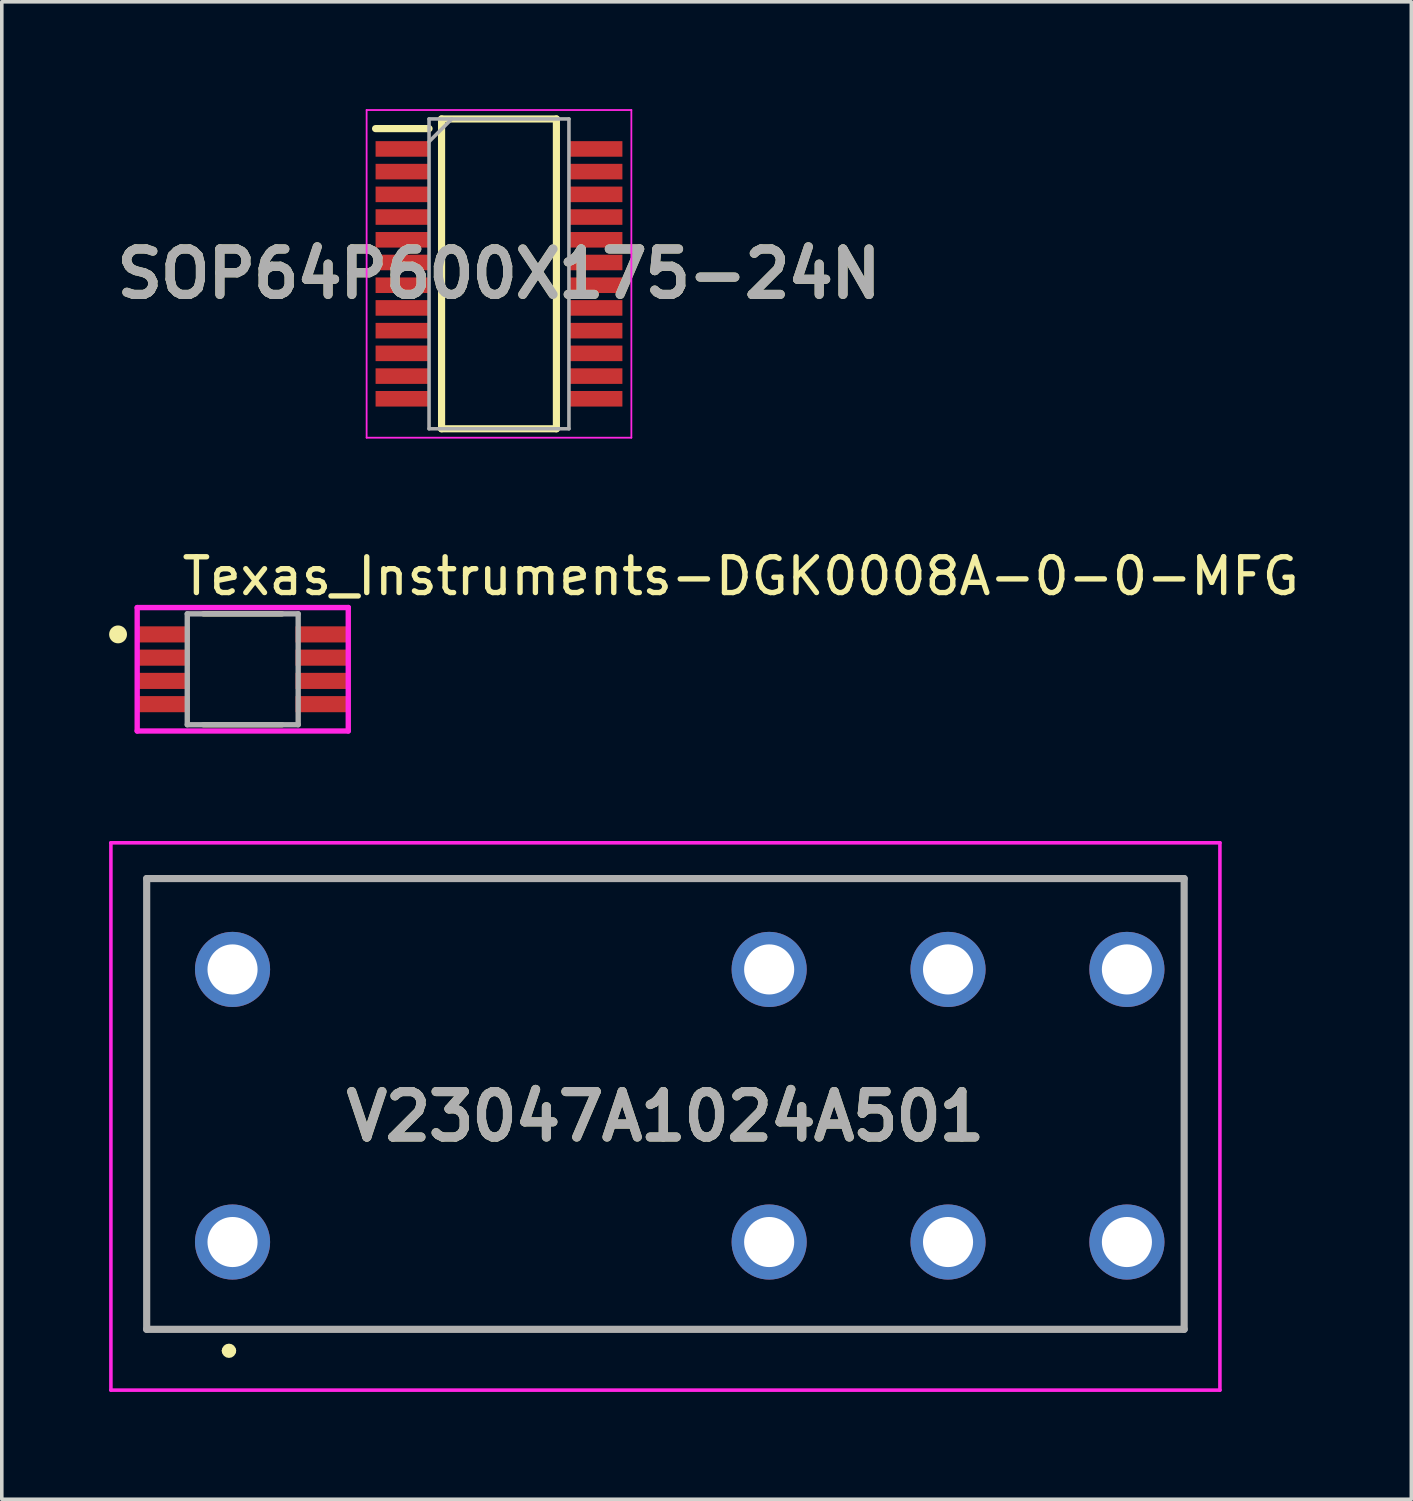
<source format=kicad_pcb>
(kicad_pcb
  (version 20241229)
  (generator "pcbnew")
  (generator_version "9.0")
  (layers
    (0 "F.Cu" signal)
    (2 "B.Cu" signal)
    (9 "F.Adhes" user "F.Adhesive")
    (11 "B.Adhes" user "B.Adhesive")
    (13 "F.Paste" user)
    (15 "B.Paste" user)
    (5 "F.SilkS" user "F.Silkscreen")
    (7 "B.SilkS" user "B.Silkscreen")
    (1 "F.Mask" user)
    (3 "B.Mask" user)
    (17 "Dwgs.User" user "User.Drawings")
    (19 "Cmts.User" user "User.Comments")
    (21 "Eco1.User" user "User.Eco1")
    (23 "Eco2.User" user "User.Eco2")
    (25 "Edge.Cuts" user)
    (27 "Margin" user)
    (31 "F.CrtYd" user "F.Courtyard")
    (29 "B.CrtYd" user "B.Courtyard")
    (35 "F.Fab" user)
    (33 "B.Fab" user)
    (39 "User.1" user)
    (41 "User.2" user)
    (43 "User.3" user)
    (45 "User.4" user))
  (footprint "V23047A1024A501"
    (layer "F.Cu")
    (at 15.55 28.158)
    (property "Reference" "V23047A1024A501" (at 0 0 0) (layer "F.SilkS") (effects (font (size 1.27 1.27) (thickness 0.254))))
    (attr through_hole)
    (fp_line (start -14.5 -6.65) (end 14.5 -6.65) (stroke (width 0.1) (type solid)) (layer "F.SilkS"))
    (fp_line (start -14.5 5.95) (end -14.5 -6.65) (stroke (width 0.1) (type solid)) (layer "F.SilkS"))
    (fp_line (start -12.3 6.55) (end -12.3 6.55) (stroke (width 0.2) (type solid)) (layer "F.SilkS"))
    (fp_line (start -12.1 6.55) (end -12.1 6.55) (stroke (width 0.2) (type solid)) (layer "F.SilkS"))
    (fp_line (start 14.5 -6.65) (end 14.5 5.95) (stroke (width 0.1) (type solid)) (layer "F.SilkS"))
    (fp_line (start 14.5 5.95) (end -14.5 5.95) (stroke (width 0.1) (type solid)) (layer "F.SilkS"))
    (fp_arc (start -12.3 6.55) (mid -12.2 6.45) (end -12.1 6.55) (stroke (width 0.2) (type solid)) (layer "F.SilkS"))
    (fp_arc (start -12.1 6.55) (mid -12.2 6.65) (end -12.3 6.55) (stroke (width 0.2) (type solid)) (layer "F.SilkS"))
    (fp_line (start -15.5 -7.65) (end 15.5 -7.65) (stroke (width 0.1) (type solid)) (layer "F.CrtYd"))
    (fp_line (start -15.5 7.65) (end -15.5 -7.65) (stroke (width 0.1) (type solid)) (layer "F.CrtYd"))
    (fp_line (start 15.5 -7.65) (end 15.5 7.65) (stroke (width 0.1) (type solid)) (layer "F.CrtYd"))
    (fp_line (start 15.5 7.65) (end -15.5 7.65) (stroke (width 0.1) (type solid)) (layer "F.CrtYd"))
    (fp_line (start -14.5 -6.65) (end 14.5 -6.65) (stroke (width 0.2) (type solid)) (layer "F.Fab"))
    (fp_line (start -14.5 5.95) (end -14.5 -6.65) (stroke (width 0.2) (type solid)) (layer "F.Fab"))
    (fp_line (start 14.5 -6.65) (end 14.5 5.95) (stroke (width 0.2) (type solid)) (layer "F.Fab"))
    (fp_line (start 14.5 5.95) (end -14.5 5.95) (stroke (width 0.2) (type solid)) (layer "F.Fab"))
    (fp_text user "${REFERENCE}" (at 0 0 0) (layer "F.Fab") (effects (font (size 1.27 1.27) (thickness 0.254))))
    (pad "11" thru_hole circle (at 7.9 -4.11) (size 2.1 2.1) (drill 1.4) (layers "*.Cu" "*.Mask"))
    (pad "12" thru_hole circle (at 2.9 -4.11) (size 2.1 2.1) (drill 1.4) (layers "*.Cu" "*.Mask"))
    (pad "14" thru_hole circle (at 12.9 -4.11) (size 2.1 2.1) (drill 1.4) (layers "*.Cu" "*.Mask"))
    (pad "21" thru_hole circle (at 7.9 3.51) (size 2.1 2.1) (drill 1.4) (layers "*.Cu" "*.Mask"))
    (pad "22" thru_hole circle (at 2.9 3.51) (size 2.1 2.1) (drill 1.4) (layers "*.Cu" "*.Mask"))
    (pad "24" thru_hole circle (at 12.9 3.51) (size 2.1 2.1) (drill 1.4) (layers "*.Cu" "*.Mask"))
    (pad "A1" thru_hole circle (at -12.1 -4.11) (size 2.1 2.1) (drill 1.4) (layers "*.Cu" "*.Mask"))
    (pad "A2" thru_hole circle (at -12.1 3.51) (size 2.1 2.1) (drill 1.4) (layers "*.Cu" "*.Mask")))
  (footprint "SOP64P600X175-24N"
    (layer "F.Cu")
    (at 10.898 4.605)
    (property "Reference" "SOP64P600X175-24N" (at 0 0 0) (layer "F.SilkS") (effects (font (size 1.27 1.27) (thickness 0.254))))
    (attr smd)
    (fp_line (start -3.45 -4.06) (end -1.955 -4.06) (stroke (width 0.2) (type solid)) (layer "F.SilkS"))
    (fp_line (start -1.605 -4.33) (end 1.605 -4.33) (stroke (width 0.2) (type solid)) (layer "F.SilkS"))
    (fp_line (start -1.605 4.33) (end -1.605 -4.33) (stroke (width 0.2) (type solid)) (layer "F.SilkS"))
    (fp_line (start 1.605 -4.33) (end 1.605 4.33) (stroke (width 0.2) (type solid)) (layer "F.SilkS"))
    (fp_line (start 1.605 4.33) (end -1.605 4.33) (stroke (width 0.2) (type solid)) (layer "F.SilkS"))
    (fp_line (start -3.7 -4.58) (end 3.7 -4.58) (stroke (width 0.05) (type solid)) (layer "F.CrtYd"))
    (fp_line (start -3.7 4.58) (end -3.7 -4.58) (stroke (width 0.05) (type solid)) (layer "F.CrtYd"))
    (fp_line (start 3.7 -4.58) (end 3.7 4.58) (stroke (width 0.05) (type solid)) (layer "F.CrtYd"))
    (fp_line (start 3.7 4.58) (end -3.7 4.58) (stroke (width 0.05) (type solid)) (layer "F.CrtYd"))
    (fp_line (start -1.955 -4.33) (end 1.955 -4.33) (stroke (width 0.1) (type solid)) (layer "F.Fab"))
    (fp_line (start -1.955 -3.695) (end -1.32 -4.33) (stroke (width 0.1) (type solid)) (layer "F.Fab"))
    (fp_line (start -1.955 4.33) (end -1.955 -4.33) (stroke (width 0.1) (type solid)) (layer "F.Fab"))
    (fp_line (start 1.955 -4.33) (end 1.955 4.33) (stroke (width 0.1) (type solid)) (layer "F.Fab"))
    (fp_line (start 1.955 4.33) (end -1.955 4.33) (stroke (width 0.1) (type solid)) (layer "F.Fab"))
    (fp_text user "${REFERENCE}" (at 0 0 0) (layer "F.Fab") (effects (font (size 1.27 1.27) (thickness 0.254))))
    (pad "1" smd rect (at -2.702 -3.492 90) (size 0.435 1.495) (layers "F.Cu" "F.Mask" "F.Paste"))
    (pad "2" smd rect (at -2.702 -2.858 90) (size 0.435 1.495) (layers "F.Cu" "F.Mask" "F.Paste"))
    (pad "3" smd rect (at -2.702 -2.222 90) (size 0.435 1.495) (layers "F.Cu" "F.Mask" "F.Paste"))
    (pad "4" smd rect (at -2.702 -1.588 90) (size 0.435 1.495) (layers "F.Cu" "F.Mask" "F.Paste"))
    (pad "5" smd rect (at -2.702 -0.952 90) (size 0.435 1.495) (layers "F.Cu" "F.Mask" "F.Paste"))
    (pad "6" smd rect (at -2.702 -0.318 90) (size 0.435 1.495) (layers "F.Cu" "F.Mask" "F.Paste"))
    (pad "7" smd rect (at -2.702 0.318 90) (size 0.435 1.495) (layers "F.Cu" "F.Mask" "F.Paste"))
    (pad "8" smd rect (at -2.702 0.952 90) (size 0.435 1.495) (layers "F.Cu" "F.Mask" "F.Paste"))
    (pad "9" smd rect (at -2.702 1.588 90) (size 0.435 1.495) (layers "F.Cu" "F.Mask" "F.Paste"))
    (pad "10" smd rect (at -2.702 2.222 90) (size 0.435 1.495) (layers "F.Cu" "F.Mask" "F.Paste"))
    (pad "11" smd rect (at -2.702 2.858 90) (size 0.435 1.495) (layers "F.Cu" "F.Mask" "F.Paste"))
    (pad "12" smd rect (at -2.702 3.492 90) (size 0.435 1.495) (layers "F.Cu" "F.Mask" "F.Paste"))
    (pad "13" smd rect (at 2.702 3.492 90) (size 0.435 1.495) (layers "F.Cu" "F.Mask" "F.Paste"))
    (pad "14" smd rect (at 2.702 2.858 90) (size 0.435 1.495) (layers "F.Cu" "F.Mask" "F.Paste"))
    (pad "15" smd rect (at 2.702 2.222 90) (size 0.435 1.495) (layers "F.Cu" "F.Mask" "F.Paste"))
    (pad "16" smd rect (at 2.702 1.588 90) (size 0.435 1.495) (layers "F.Cu" "F.Mask" "F.Paste"))
    (pad "17" smd rect (at 2.702 0.952 90) (size 0.435 1.495) (layers "F.Cu" "F.Mask" "F.Paste"))
    (pad "18" smd rect (at 2.702 0.318 90) (size 0.435 1.495) (layers "F.Cu" "F.Mask" "F.Paste"))
    (pad "19" smd rect (at 2.702 -0.318 90) (size 0.435 1.495) (layers "F.Cu" "F.Mask" "F.Paste"))
    (pad "20" smd rect (at 2.702 -0.952 90) (size 0.435 1.495) (layers "F.Cu" "F.Mask" "F.Paste"))
    (pad "21" smd rect (at 2.702 -1.588 90) (size 0.435 1.495) (layers "F.Cu" "F.Mask" "F.Paste"))
    (pad "22" smd rect (at 2.702 -2.222 90) (size 0.435 1.495) (layers "F.Cu" "F.Mask" "F.Paste"))
    (pad "23" smd rect (at 2.702 -2.858 90) (size 0.435 1.495) (layers "F.Cu" "F.Mask" "F.Paste"))
    (pad "24" smd rect (at 2.702 -3.492 90) (size 0.435 1.495) (layers "F.Cu" "F.Mask" "F.Paste")))
  (footprint "Texas_Instruments-DGK0008A-0-0-MFG"
    (layer "F.Cu")
    (at 3.735 15.658)
    (property "Reference" "Texas_Instruments-DGK0008A-0-0-MFG" (at -1.775 -2.6 0) (layer "F.SilkS") (effects (font (size 1 1) (thickness 0.15)) (justify left)))
    (attr through_hole)
    (fp_line (start -1.1 -1.55) (end 1.1 -1.55) (stroke (width 0.15) (type solid)) (layer "F.SilkS"))
    (fp_line (start -1.1 1.55) (end 1.1 1.55) (stroke (width 0.15) (type solid)) (layer "F.SilkS"))
    (fp_circle (center -3.485 -0.975) (end -3.36 -0.975) (stroke (width 0.25) (type solid)) (fill no) (layer "F.SilkS"))
    (fp_line (start -2.95 -1.725) (end -2.95 1.725) (stroke (width 0.15) (type solid)) (layer "F.CrtYd"))
    (fp_line (start -2.95 1.725) (end 2.95 1.725) (stroke (width 0.15) (type solid)) (layer "F.CrtYd"))
    (fp_line (start 2.95 -1.725) (end -2.95 -1.725) (stroke (width 0.15) (type solid)) (layer "F.CrtYd"))
    (fp_line (start 2.95 -1.725) (end 2.95 -1.725) (stroke (width 0.15) (type solid)) (layer "F.CrtYd"))
    (fp_line (start 2.95 1.725) (end 2.95 -1.725) (stroke (width 0.15) (type solid)) (layer "F.CrtYd"))
    (fp_line (start -1.55 -1.55) (end 1.55 -1.55) (stroke (width 0.15) (type solid)) (layer "F.Fab"))
    (fp_line (start -1.55 1.55) (end -1.55 -1.55) (stroke (width 0.15) (type solid)) (layer "F.Fab"))
    (fp_line (start 1.55 -1.55) (end 1.55 1.55) (stroke (width 0.15) (type solid)) (layer "F.Fab"))
    (fp_line (start 1.55 1.55) (end -1.55 1.55) (stroke (width 0.15) (type solid)) (layer "F.Fab"))
    (pad "1" smd rect (at -2.2 -0.975) (size 1.45 0.45) (layers "F.Cu" "F.Mask" "F.Paste"))
    (pad "2" smd rect (at -2.2 -0.325) (size 1.45 0.45) (layers "F.Cu" "F.Mask" "F.Paste"))
    (pad "3" smd rect (at -2.2 0.325) (size 1.45 0.45) (layers "F.Cu" "F.Mask" "F.Paste"))
    (pad "4" smd rect (at -2.2 0.975) (size 1.45 0.45) (layers "F.Cu" "F.Mask" "F.Paste"))
    (pad "5" smd rect (at 2.2 0.975) (size 1.45 0.45) (layers "F.Cu" "F.Mask" "F.Paste"))
    (pad "6" smd rect (at 2.2 0.325) (size 1.45 0.45) (layers "F.Cu" "F.Mask" "F.Paste"))
    (pad "7" smd rect (at 2.2 -0.325) (size 1.45 0.45) (layers "F.Cu" "F.Mask" "F.Paste"))
    (pad "8" smd rect (at 2.2 -0.975) (size 1.45 0.45) (layers "F.Cu" "F.Mask" "F.Paste")))
  (gr_rect
    (start -3 -3)
    (end 36.4 38.858)
    (stroke (width 0.1) (type default))
    (fill no)
    (layer "Edge.Cuts")))
</source>
